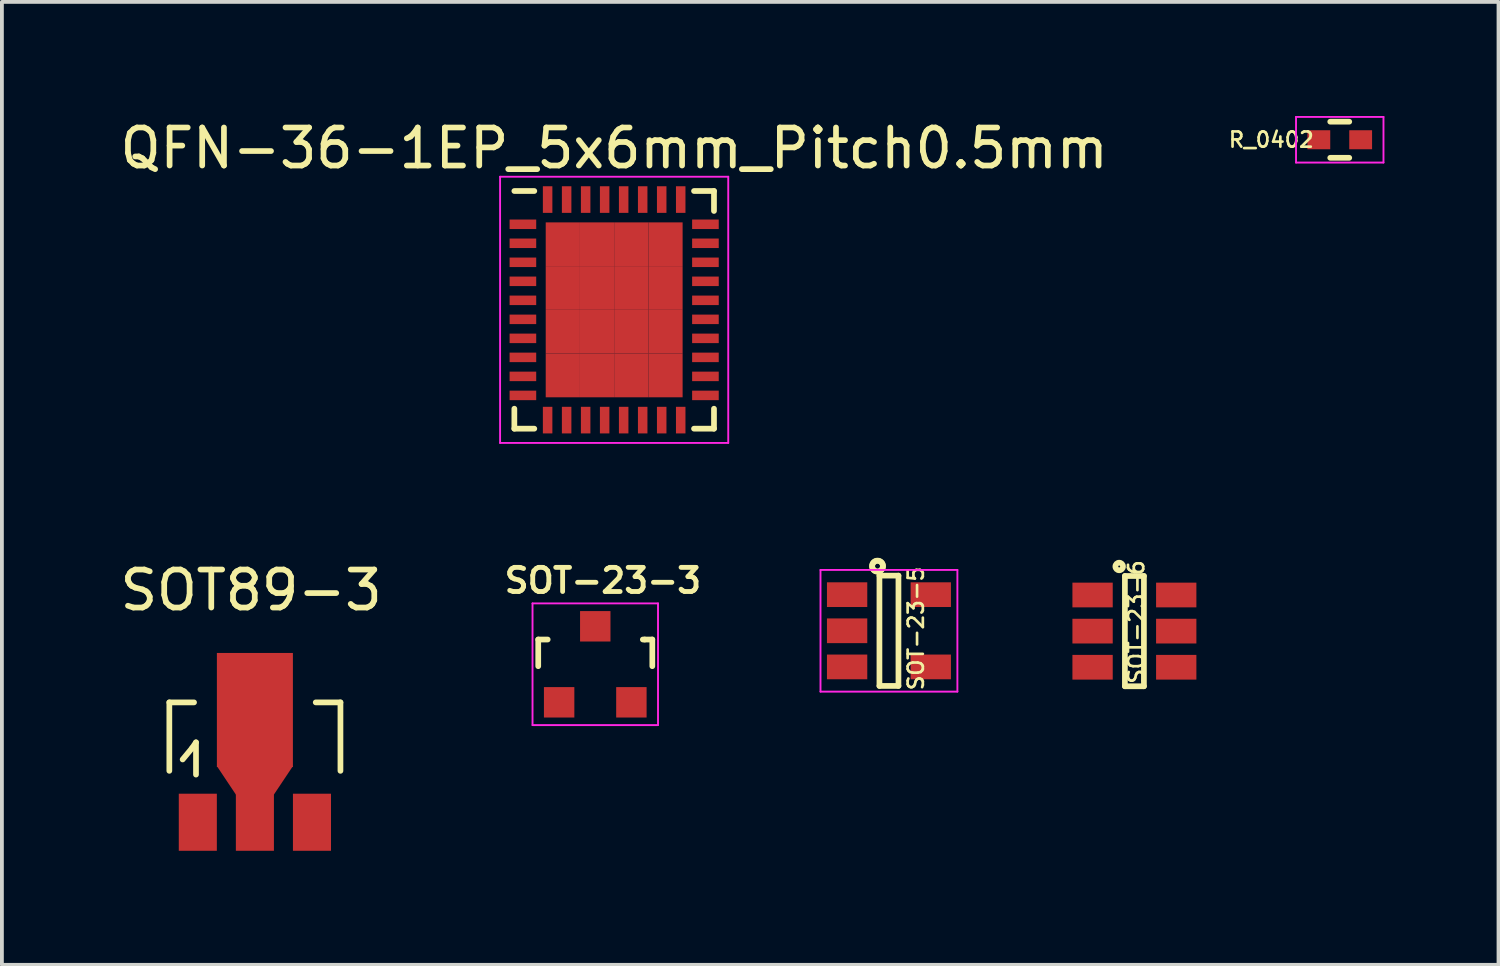
<source format=kicad_pcb>
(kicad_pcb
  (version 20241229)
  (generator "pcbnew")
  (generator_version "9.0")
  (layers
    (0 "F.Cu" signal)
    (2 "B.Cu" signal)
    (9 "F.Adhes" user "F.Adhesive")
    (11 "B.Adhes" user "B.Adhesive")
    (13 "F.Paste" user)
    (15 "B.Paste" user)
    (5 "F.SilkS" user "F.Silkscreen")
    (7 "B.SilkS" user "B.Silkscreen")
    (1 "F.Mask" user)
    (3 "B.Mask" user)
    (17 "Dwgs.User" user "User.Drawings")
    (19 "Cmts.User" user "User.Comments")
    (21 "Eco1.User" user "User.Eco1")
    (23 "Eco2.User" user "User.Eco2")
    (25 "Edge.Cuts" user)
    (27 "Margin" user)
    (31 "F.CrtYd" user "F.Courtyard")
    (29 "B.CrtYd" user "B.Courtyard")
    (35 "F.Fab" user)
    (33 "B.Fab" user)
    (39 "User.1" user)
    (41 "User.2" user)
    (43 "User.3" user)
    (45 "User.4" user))
  (footprint "SOT89-3"
    (layer "F.Cu")
    (at 3.653 16.721)
    (property "Reference" "SOT89-3" (at -0.099 -4.249 0) (layer "F.SilkS") (effects (font (size 1 1) (thickness 0.15))))
    (attr smd)
    (fp_line (start -2.25 -1.3) (end -2.25 0.5) (stroke (width 0.15) (type solid)) (layer "F.SilkS"))
    (fp_line (start -2.25 -1.3) (end -1.6 -1.3) (stroke (width 0.15) (type solid)) (layer "F.SilkS"))
    (fp_line (start -1.9 0.201) (end -1.651 -0.099) (stroke (width 0.15) (type solid)) (layer "F.SilkS"))
    (fp_line (start -1.651 -0.099) (end -1.549 -0.249) (stroke (width 0.15) (type solid)) (layer "F.SilkS"))
    (fp_line (start -1.549 -0.249) (end -1.549 0.599) (stroke (width 0.15) (type solid)) (layer "F.SilkS"))
    (fp_line (start 2.25 -1.3) (end 1.6 -1.3) (stroke (width 0.15) (type solid)) (layer "F.SilkS"))
    (fp_line (start 2.25 -1.3) (end 2.25 0.5) (stroke (width 0.15) (type solid)) (layer "F.SilkS"))
    (pad "1" smd rect (at -1.501 1.852) (size 1.001 1.501) (layers "F.Cu" "F.Mask" "F.Paste"))
    (pad "2" smd rect (at 0 -1.1) (size 1.999 3) (layers "F.Cu" "F.Mask" "F.Paste"))
    (pad "2" smd trapezoid (at 0 0.749 180) (size 1.501 0.749) (rect_delta 0 0.5) (layers "F.Cu" "F.Mask" "F.Paste"))
    (pad "2" smd rect (at 0 1.852) (size 1.001 1.501) (layers "F.Cu" "F.Mask" "F.Paste"))
    (pad "3" smd rect (at 1.501 1.852) (size 1.001 1.501) (layers "F.Cu" "F.Mask" "F.Paste")))
  (footprint "SOT-23-5"
    (layer "F.Cu")
    (at 20.327 13.538)
    (property "Reference" "SOT-23-5" (at 0.71 -0.06 90) (layer "F.SilkS") (effects (font (size 0.4 0.4) (thickness 0.07))))
    (attr smd)
    (fp_line (start -0.25 -1.45) (end -0.25 1.45) (stroke (width 0.15) (type solid)) (layer "F.SilkS"))
    (fp_line (start -0.25 1.45) (end 0.25 1.45) (stroke (width 0.15) (type solid)) (layer "F.SilkS"))
    (fp_line (start 0.25 -1.45) (end -0.25 -1.45) (stroke (width 0.15) (type solid)) (layer "F.SilkS"))
    (fp_line (start 0.25 1.45) (end 0.25 -1.45) (stroke (width 0.15) (type solid)) (layer "F.SilkS"))
    (fp_circle (center -0.3 -1.7) (end -0.23 -1.69) (stroke (width 0.15) (type solid)) (fill no) (layer "F.SilkS"))
    (fp_circle (center -0.3 -1.7) (end -0.16 -1.7) (stroke (width 0.15) (type solid)) (fill no) (layer "F.SilkS"))
    (fp_line (start -1.8 -1.6) (end 1.8 -1.6) (stroke (width 0.05) (type solid)) (layer "F.CrtYd"))
    (fp_line (start -1.8 1.6) (end -1.8 -1.6) (stroke (width 0.05) (type solid)) (layer "F.CrtYd"))
    (fp_line (start 1.8 -1.6) (end 1.8 1.6) (stroke (width 0.05) (type solid)) (layer "F.CrtYd"))
    (fp_line (start 1.8 1.6) (end -1.8 1.6) (stroke (width 0.05) (type solid)) (layer "F.CrtYd"))
    (pad "1" smd rect (at -1.1 -0.95) (size 1.06 0.65) (layers "F.Cu" "F.Mask" "F.Paste"))
    (pad "2" smd rect (at -1.1 0) (size 1.06 0.65) (layers "F.Cu" "F.Mask" "F.Paste"))
    (pad "3" smd rect (at -1.1 0.95) (size 1.06 0.65) (layers "F.Cu" "F.Mask" "F.Paste"))
    (pad "4" smd rect (at 1.1 0.95) (size 1.06 0.65) (layers "F.Cu" "F.Mask" "F.Paste"))
    (pad "5" smd rect (at 1.1 -0.95) (size 1.06 0.65) (layers "F.Cu" "F.Mask" "F.Paste")))
  (footprint "SOT-23-6"
    (layer "F.Cu")
    (at 26.782 13.547)
    (property "Reference" "SOT-23-6" (at 0.05 -0.24 90) (layer "F.SilkS") (effects (font (size 0.4 0.4) (thickness 0.07))))
    (attr smd)
    (fp_line (start -0.25 -1.45) (end -0.25 1.45) (stroke (width 0.15) (type solid)) (layer "F.SilkS"))
    (fp_line (start -0.25 1.45) (end 0.25 1.45) (stroke (width 0.15) (type solid)) (layer "F.SilkS"))
    (fp_line (start 0.25 -1.45) (end -0.25 -1.45) (stroke (width 0.15) (type solid)) (layer "F.SilkS"))
    (fp_line (start 0.25 1.45) (end 0.25 -1.45) (stroke (width 0.15) (type solid)) (layer "F.SilkS"))
    (fp_circle (center -0.4 -1.7) (end -0.3 -1.7) (stroke (width 0.15) (type solid)) (fill no) (layer "F.SilkS"))
    (pad "1" smd rect (at -1.1 -0.95) (size 1.06 0.65) (layers "F.Cu" "F.Mask" "F.Paste"))
    (pad "2" smd rect (at -1.1 0) (size 1.06 0.65) (layers "F.Cu" "F.Mask" "F.Paste"))
    (pad "3" smd rect (at -1.1 0.95) (size 1.06 0.65) (layers "F.Cu" "F.Mask" "F.Paste"))
    (pad "4" smd rect (at 1.1 0.95) (size 1.06 0.65) (layers "F.Cu" "F.Mask" "F.Paste"))
    (pad "5" smd rect (at 1.1 0) (size 1.06 0.65) (layers "F.Cu" "F.Mask" "F.Paste"))
    (pad "6" smd rect (at 1.1 -0.95) (size 1.06 0.65) (layers "F.Cu" "F.Mask" "F.Paste")))
  (footprint "SOT-23-3"
    (layer "F.Cu")
    (at 12.604 14.418)
    (property "Reference" "SOT-23-3" (at 0.2 -2.2 0) (layer "F.SilkS") (effects (font (size 0.635 0.635) (thickness 0.127))))
    (attr smd)
    (fp_line (start -1.5 -0.65) (end -1.251 -0.65) (stroke (width 0.15) (type solid)) (layer "F.SilkS"))
    (fp_line (start -1.5 0.051) (end -1.5 -0.65) (stroke (width 0.15) (type solid)) (layer "F.SilkS"))
    (fp_line (start 1.299 -0.65) (end 1.251 -0.65) (stroke (width 0.15) (type solid)) (layer "F.SilkS"))
    (fp_line (start 1.299 -0.65) (end 1.5 -0.65) (stroke (width 0.15) (type solid)) (layer "F.SilkS"))
    (fp_line (start 1.5 -0.65) (end 1.5 0.051) (stroke (width 0.15) (type solid)) (layer "F.SilkS"))
    (fp_line (start -1.65 -1.6) (end 1.65 -1.6) (stroke (width 0.05) (type solid)) (layer "F.CrtYd"))
    (fp_line (start -1.65 1.6) (end -1.65 -1.6) (stroke (width 0.05) (type solid)) (layer "F.CrtYd"))
    (fp_line (start 1.65 -1.6) (end 1.65 1.6) (stroke (width 0.05) (type solid)) (layer "F.CrtYd"))
    (fp_line (start 1.65 1.6) (end -1.65 1.6) (stroke (width 0.05) (type solid)) (layer "F.CrtYd"))
    (pad "1" smd rect (at -0.95 1.001) (size 0.8 0.8) (layers "F.Cu" "F.Mask" "F.Paste"))
    (pad "2" smd rect (at 0.95 1.001) (size 0.8 0.8) (layers "F.Cu" "F.Mask" "F.Paste"))
    (pad "3" smd rect (at 0 -0.998) (size 0.8 0.8) (layers "F.Cu" "F.Mask" "F.Paste")))
  (footprint "QFN-36-1EP_5x6mm_Pitch0.5mm"
    (layer "F.Cu")
    (at 13.101 5.098)
    (property "Reference" "QFN-36-1EP_5x6mm_Pitch0.5mm" (at 0 -4.25 0) (layer "F.SilkS") (effects (font (size 1 1) (thickness 0.15))))
    (attr smd)
    (fp_line (start -2.625 -3.125) (end -2.1 -3.125) (stroke (width 0.15) (type solid)) (layer "F.SilkS"))
    (fp_line (start -2.625 3.125) (end -2.625 2.6) (stroke (width 0.15) (type solid)) (layer "F.SilkS"))
    (fp_line (start -2.625 3.125) (end -2.1 3.125) (stroke (width 0.15) (type solid)) (layer "F.SilkS"))
    (fp_line (start 2.625 -3.125) (end 2.1 -3.125) (stroke (width 0.15) (type solid)) (layer "F.SilkS"))
    (fp_line (start 2.625 -3.125) (end 2.625 -2.6) (stroke (width 0.15) (type solid)) (layer "F.SilkS"))
    (fp_line (start 2.625 3.125) (end 2.1 3.125) (stroke (width 0.15) (type solid)) (layer "F.SilkS"))
    (fp_line (start 2.625 3.125) (end 2.625 2.6) (stroke (width 0.15) (type solid)) (layer "F.SilkS"))
    (fp_line (start -3 -3.5) (end -3 3.5) (stroke (width 0.05) (type solid)) (layer "F.CrtYd"))
    (fp_line (start -3 -3.5) (end 3 -3.5) (stroke (width 0.05) (type solid)) (layer "F.CrtYd"))
    (fp_line (start -3 3.5) (end 3 3.5) (stroke (width 0.05) (type solid)) (layer "F.CrtYd"))
    (fp_line (start 3 -3.5) (end 3 3.5) (stroke (width 0.05) (type solid)) (layer "F.CrtYd"))
    (pad "1" smd rect (at -2.4 -2.25) (size 0.7 0.25) (layers "F.Cu" "F.Mask" "F.Paste"))
    (pad "2" smd rect (at -2.4 -1.75) (size 0.7 0.25) (layers "F.Cu" "F.Mask" "F.Paste"))
    (pad "3" smd rect (at -2.4 -1.25) (size 0.7 0.25) (layers "F.Cu" "F.Mask" "F.Paste"))
    (pad "4" smd rect (at -2.4 -0.75) (size 0.7 0.25) (layers "F.Cu" "F.Mask" "F.Paste"))
    (pad "5" smd rect (at -2.4 -0.25) (size 0.7 0.25) (layers "F.Cu" "F.Mask" "F.Paste"))
    (pad "6" smd rect (at -2.4 0.25) (size 0.7 0.25) (layers "F.Cu" "F.Mask" "F.Paste"))
    (pad "7" smd rect (at -2.4 0.75) (size 0.7 0.25) (layers "F.Cu" "F.Mask" "F.Paste"))
    (pad "8" smd rect (at -2.4 1.25) (size 0.7 0.25) (layers "F.Cu" "F.Mask" "F.Paste"))
    (pad "9" smd rect (at -2.4 1.75) (size 0.7 0.25) (layers "F.Cu" "F.Mask" "F.Paste"))
    (pad "10" smd rect (at -2.4 2.25) (size 0.7 0.25) (layers "F.Cu" "F.Mask" "F.Paste"))
    (pad "11" smd rect (at -1.75 2.9 90) (size 0.7 0.25) (layers "F.Cu" "F.Mask" "F.Paste"))
    (pad "12" smd rect (at -1.25 2.9 90) (size 0.7 0.25) (layers "F.Cu" "F.Mask" "F.Paste"))
    (pad "13" smd rect (at -0.75 2.9 90) (size 0.7 0.25) (layers "F.Cu" "F.Mask" "F.Paste"))
    (pad "14" smd rect (at -0.25 2.9 90) (size 0.7 0.25) (layers "F.Cu" "F.Mask" "F.Paste"))
    (pad "15" smd rect (at 0.25 2.9 90) (size 0.7 0.25) (layers "F.Cu" "F.Mask" "F.Paste"))
    (pad "16" smd rect (at 0.75 2.9 90) (size 0.7 0.25) (layers "F.Cu" "F.Mask" "F.Paste"))
    (pad "17" smd rect (at 1.25 2.9 90) (size 0.7 0.25) (layers "F.Cu" "F.Mask" "F.Paste"))
    (pad "18" smd rect (at 1.75 2.9 90) (size 0.7 0.25) (layers "F.Cu" "F.Mask" "F.Paste"))
    (pad "19" smd rect (at 2.4 2.25) (size 0.7 0.25) (layers "F.Cu" "F.Mask" "F.Paste"))
    (pad "20" smd rect (at 2.4 1.75) (size 0.7 0.25) (layers "F.Cu" "F.Mask" "F.Paste"))
    (pad "21" smd rect (at 2.4 1.25) (size 0.7 0.25) (layers "F.Cu" "F.Mask" "F.Paste"))
    (pad "22" smd rect (at 2.4 0.75) (size 0.7 0.25) (layers "F.Cu" "F.Mask" "F.Paste"))
    (pad "23" smd rect (at 2.4 0.25) (size 0.7 0.25) (layers "F.Cu" "F.Mask" "F.Paste"))
    (pad "24" smd rect (at 2.4 -0.25) (size 0.7 0.25) (layers "F.Cu" "F.Mask" "F.Paste"))
    (pad "25" smd rect (at 2.4 -0.75) (size 0.7 0.25) (layers "F.Cu" "F.Mask" "F.Paste"))
    (pad "26" smd rect (at 2.4 -1.25) (size 0.7 0.25) (layers "F.Cu" "F.Mask" "F.Paste"))
    (pad "27" smd rect (at 2.4 -1.75) (size 0.7 0.25) (layers "F.Cu" "F.Mask" "F.Paste"))
    (pad "28" smd rect (at 2.4 -2.25) (size 0.7 0.25) (layers "F.Cu" "F.Mask" "F.Paste"))
    (pad "29" smd rect (at 1.75 -2.9 90) (size 0.7 0.25) (layers "F.Cu" "F.Mask" "F.Paste"))
    (pad "30" smd rect (at 1.25 -2.9 90) (size 0.7 0.25) (layers "F.Cu" "F.Mask" "F.Paste"))
    (pad "31" smd rect (at 0.75 -2.9 90) (size 0.7 0.25) (layers "F.Cu" "F.Mask" "F.Paste"))
    (pad "32" smd rect (at 0.25 -2.9 90) (size 0.7 0.25) (layers "F.Cu" "F.Mask" "F.Paste"))
    (pad "33" smd rect (at -0.25 -2.9 90) (size 0.7 0.25) (layers "F.Cu" "F.Mask" "F.Paste"))
    (pad "34" smd rect (at -0.75 -2.9 90) (size 0.7 0.25) (layers "F.Cu" "F.Mask" "F.Paste"))
    (pad "35" smd rect (at -1.25 -2.9 90) (size 0.7 0.25) (layers "F.Cu" "F.Mask" "F.Paste"))
    (pad "36" smd rect (at -1.75 -2.9 90) (size 0.7 0.25) (layers "F.Cu" "F.Mask" "F.Paste"))
    (pad "37" smd rect (at -1.35 -1.725) (size 0.9 1.15) (layers "F.Cu" "F.Mask" "F.Paste"))
    (pad "37" smd rect (at -1.35 -0.575) (size 0.9 1.15) (layers "F.Cu" "F.Mask" "F.Paste"))
    (pad "37" smd rect (at -1.35 0.575) (size 0.9 1.15) (layers "F.Cu" "F.Mask" "F.Paste"))
    (pad "37" smd rect (at -1.35 1.725) (size 0.9 1.15) (layers "F.Cu" "F.Mask" "F.Paste"))
    (pad "37" smd rect (at -0.45 -1.725) (size 0.9 1.15) (layers "F.Cu" "F.Mask" "F.Paste"))
    (pad "37" smd rect (at -0.45 -0.575) (size 0.9 1.15) (layers "F.Cu" "F.Mask" "F.Paste"))
    (pad "37" smd rect (at -0.45 0.575) (size 0.9 1.15) (layers "F.Cu" "F.Mask" "F.Paste"))
    (pad "37" smd rect (at -0.45 1.725) (size 0.9 1.15) (layers "F.Cu" "F.Mask" "F.Paste"))
    (pad "37" smd rect (at 0.45 -1.725) (size 0.9 1.15) (layers "F.Cu" "F.Mask" "F.Paste"))
    (pad "37" smd rect (at 0.45 -0.575) (size 0.9 1.15) (layers "F.Cu" "F.Mask" "F.Paste"))
    (pad "37" smd rect (at 0.45 0.575) (size 0.9 1.15) (layers "F.Cu" "F.Mask" "F.Paste"))
    (pad "37" smd rect (at 0.45 1.725) (size 0.9 1.15) (layers "F.Cu" "F.Mask" "F.Paste"))
    (pad "37" smd rect (at 1.35 -1.725) (size 0.9 1.15) (layers "F.Cu" "F.Mask" "F.Paste"))
    (pad "37" smd rect (at 1.35 -0.575) (size 0.9 1.15) (layers "F.Cu" "F.Mask" "F.Paste"))
    (pad "37" smd rect (at 1.35 0.575) (size 0.9 1.15) (layers "F.Cu" "F.Mask" "F.Paste"))
    (pad "37" smd rect (at 1.35 1.725) (size 0.9 1.15) (layers "F.Cu" "F.Mask" "F.Paste")))
  (footprint "R_0402"
    (layer "F.Cu")
    (at 32.182 0.625)
    (property "Reference" "R_0402" (at -1.8 0 0) (layer "F.SilkS") (effects (font (size 0.4 0.4) (thickness 0.07))))
    (attr smd)
    (fp_line (start -0.25 0.475) (end 0.25 0.475) (stroke (width 0.15) (type solid)) (layer "F.SilkS"))
    (fp_line (start 0.25 -0.475) (end -0.25 -0.475) (stroke (width 0.15) (type solid)) (layer "F.SilkS"))
    (fp_line (start -1.15 -0.6) (end -1.15 0.6) (stroke (width 0.05) (type solid)) (layer "F.CrtYd"))
    (fp_line (start -1.15 -0.6) (end 1.15 -0.6) (stroke (width 0.05) (type solid)) (layer "F.CrtYd"))
    (fp_line (start -1.15 0.6) (end 1.15 0.6) (stroke (width 0.05) (type solid)) (layer "F.CrtYd"))
    (fp_line (start 1.15 -0.6) (end 1.15 0.6) (stroke (width 0.05) (type solid)) (layer "F.CrtYd"))
    (pad "1" smd rect (at -0.55 0) (size 0.6 0.5) (layers "F.Cu" "F.Mask" "F.Paste"))
    (pad "2" smd rect (at 0.55 0) (size 0.6 0.5) (layers "F.Cu" "F.Mask" "F.Paste")))
  (gr_rect
    (start -3 -3)
    (end 36.357 22.323)
    (stroke (width 0.1) (type default))
    (fill no)
    (layer "Edge.Cuts")))
</source>
